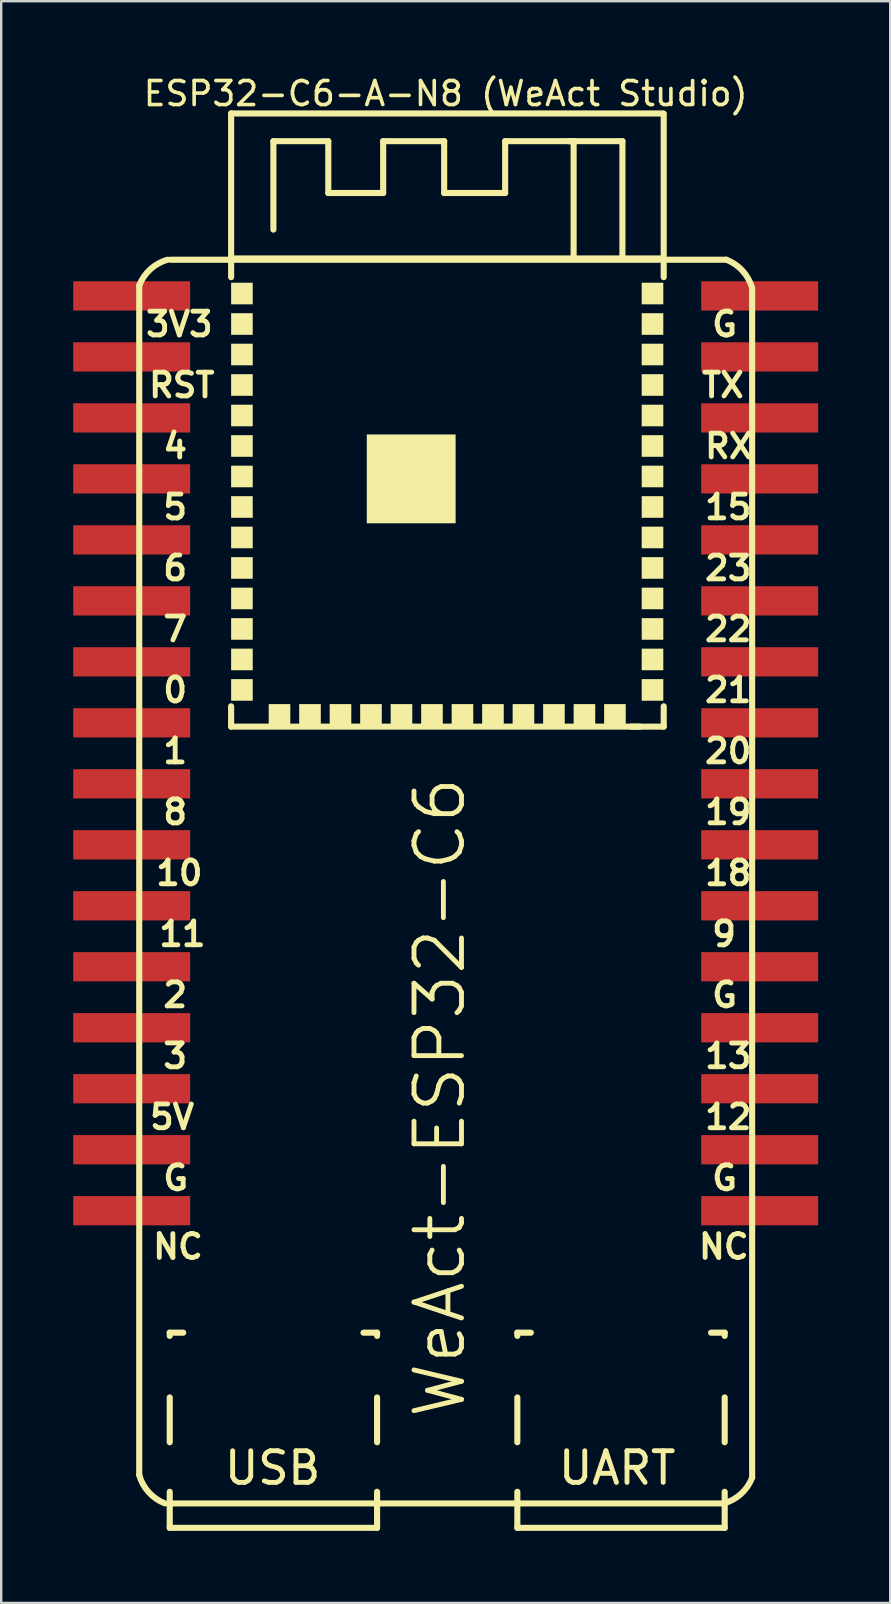
<source format=kicad_pcb>
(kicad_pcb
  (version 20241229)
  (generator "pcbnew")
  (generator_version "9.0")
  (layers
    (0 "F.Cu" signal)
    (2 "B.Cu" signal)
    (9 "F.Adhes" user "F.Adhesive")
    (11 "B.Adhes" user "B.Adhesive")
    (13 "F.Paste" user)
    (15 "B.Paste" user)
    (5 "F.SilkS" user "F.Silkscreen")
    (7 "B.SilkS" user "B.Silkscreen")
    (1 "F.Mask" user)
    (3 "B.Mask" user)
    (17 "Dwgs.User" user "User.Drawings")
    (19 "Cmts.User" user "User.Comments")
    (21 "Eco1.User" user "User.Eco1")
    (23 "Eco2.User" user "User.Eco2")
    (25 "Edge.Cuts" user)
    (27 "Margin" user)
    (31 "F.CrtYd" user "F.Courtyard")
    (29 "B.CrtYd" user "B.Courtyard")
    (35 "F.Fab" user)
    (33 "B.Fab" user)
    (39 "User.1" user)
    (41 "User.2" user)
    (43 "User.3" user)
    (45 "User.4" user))
  (footprint "ESP32-C6-A-N8 (WeAct Studio)"
    (layer "F.Cu")
    (at 15.203 32.811)
    (property "Reference" "ESP32-C6-A-N8 (WeAct Studio)" (at 0.309 -31.963 0) (unlocked yes) (layer "F.SilkS") (effects (font (size 1 1) (thickness 0.15))))
    (fp_line (start -12.454 25.57) (end -12.454 -23.971) (stroke (width 0.254) (type solid)) (layer "F.SilkS"))
    (fp_line (start -11.254 26.756) (end 11.887 26.756) (stroke (width 0.254) (type solid)) (layer "F.SilkS"))
    (fp_line (start -11.184 19.644) (end -10.622 19.644) (stroke (width 0.254) (type solid)) (layer "F.SilkS"))
    (fp_line (start -11.184 19.778) (end -11.184 19.644) (stroke (width 0.254) (type solid)) (layer "F.SilkS"))
    (fp_line (start -11.184 24.208) (end -11.184 22.341) (stroke (width 0.254) (type solid)) (layer "F.SilkS"))
    (fp_line (start -11.184 27.772) (end -11.184 26.271) (stroke (width 0.254) (type solid)) (layer "F.SilkS"))
    (fp_line (start -11.184 27.772) (end -2.548 27.772) (stroke (width 0.254) (type solid)) (layer "F.SilkS"))
    (fp_line (start -11.141 -25.044) (end 12 -25.044) (stroke (width 0.254) (type solid)) (layer "F.SilkS"))
    (fp_line (start -8.627 -31.136) (end 9.373 -31.136) (stroke (width 0.254) (type solid)) (layer "F.SilkS"))
    (fp_line (start -8.627 -25.096) (end 9.39 -25.096) (stroke (width 0.254) (type solid)) (layer "F.SilkS"))
    (fp_line (start -8.627 -24.317) (end -8.627 -31.136) (stroke (width 0.254) (type solid)) (layer "F.SilkS"))
    (fp_line (start -8.627 -5.597) (end -8.627 -6.445) (stroke (width 0.254) (type solid)) (layer "F.SilkS"))
    (fp_line (start -8.627 -5.597) (end 8.398 -5.597) (stroke (width 0.254) (type solid)) (layer "F.SilkS"))
    (fp_line (start -6.866 -29.981) (end -4.58 -29.981) (stroke (width 0.254) (type solid)) (layer "F.SilkS"))
    (fp_line (start -6.866 -26.298) (end -6.866 -29.981) (stroke (width 0.254) (type solid)) (layer "F.SilkS"))
    (fp_line (start -4.58 -27.822) (end -4.58 -29.981) (stroke (width 0.254) (type solid)) (layer "F.SilkS"))
    (fp_line (start -4.58 -27.822) (end -2.294 -27.822) (stroke (width 0.254) (type solid)) (layer "F.SilkS"))
    (fp_line (start -3.115 19.644) (end -2.548 19.644) (stroke (width 0.254) (type solid)) (layer "F.SilkS"))
    (fp_line (start -2.548 19.778) (end -2.548 19.644) (stroke (width 0.254) (type solid)) (layer "F.SilkS"))
    (fp_line (start -2.548 24.208) (end -2.548 22.341) (stroke (width 0.254) (type solid)) (layer "F.SilkS"))
    (fp_line (start -2.548 27.772) (end -2.548 26.271) (stroke (width 0.254) (type solid)) (layer "F.SilkS"))
    (fp_line (start -2.294 -29.981) (end 0.246 -29.981) (stroke (width 0.254) (type solid)) (layer "F.SilkS"))
    (fp_line (start -2.294 -27.822) (end -2.294 -29.981) (stroke (width 0.254) (type solid)) (layer "F.SilkS"))
    (fp_line (start 0.246 -27.822) (end 0.246 -29.981) (stroke (width 0.254) (type solid)) (layer "F.SilkS"))
    (fp_line (start 0.246 -27.822) (end 2.786 -27.822) (stroke (width 0.254) (type solid)) (layer "F.SilkS"))
    (fp_line (start 2.786 -29.981) (end 5.638 -29.981) (stroke (width 0.254) (type solid)) (layer "F.SilkS"))
    (fp_line (start 2.786 -27.822) (end 2.786 -29.981) (stroke (width 0.254) (type solid)) (layer "F.SilkS"))
    (fp_line (start 3.294 19.644) (end 3.856 19.644) (stroke (width 0.254) (type solid)) (layer "F.SilkS"))
    (fp_line (start 3.294 19.778) (end 3.294 19.644) (stroke (width 0.254) (type solid)) (layer "F.SilkS"))
    (fp_line (start 3.294 24.208) (end 3.294 22.341) (stroke (width 0.254) (type solid)) (layer "F.SilkS"))
    (fp_line (start 3.294 27.772) (end 3.294 26.271) (stroke (width 0.254) (type solid)) (layer "F.SilkS"))
    (fp_line (start 3.294 27.772) (end 11.93 27.772) (stroke (width 0.254) (type solid)) (layer "F.SilkS"))
    (fp_line (start 5.435 -29.981) (end 7.67 -29.981) (stroke (width 0.254) (type solid)) (layer "F.SilkS"))
    (fp_line (start 5.638 -25.096) (end 5.638 -29.981) (stroke (width 0.254) (type solid)) (layer "F.SilkS"))
    (fp_line (start 7.67 -25.096) (end 7.67 -29.981) (stroke (width 0.254) (type solid)) (layer "F.SilkS"))
    (fp_line (start 8.039 -5.597) (end 9.39 -5.597) (stroke (width 0.254) (type solid)) (layer "F.SilkS"))
    (fp_line (start 9.39 -24.317) (end 9.39 -31.124) (stroke (width 0.254) (type solid)) (layer "F.SilkS"))
    (fp_line (start 9.39 -5.597) (end 9.39 -6.445) (stroke (width 0.254) (type solid)) (layer "F.SilkS"))
    (fp_line (start 11.363 19.644) (end 11.93 19.644) (stroke (width 0.254) (type solid)) (layer "F.SilkS"))
    (fp_line (start 11.93 19.778) (end 11.93 19.644) (stroke (width 0.254) (type solid)) (layer "F.SilkS"))
    (fp_line (start 11.93 24.208) (end 11.93 22.341) (stroke (width 0.254) (type solid)) (layer "F.SilkS"))
    (fp_line (start 11.93 27.772) (end 11.93 26.271) (stroke (width 0.254) (type solid)) (layer "F.SilkS"))
    (fp_line (start 13.073 25.683) (end 13.073 -23.858) (stroke (width 0.254) (type solid)) (layer "F.SilkS"))
    (fp_arc (start -12.453998 -23.970951) (mid -11.988744 -24.648341) (end -11.268483 -25.043997) (stroke (width 0.254) (type solid)) (layer "F.SilkS"))
    (fp_arc (start -11.380951 26.755998) (mid -12.058341 26.290744) (end -12.453997 25.570483) (stroke (width 0.254) (type solid)) (layer "F.SilkS"))
    (fp_arc (start 11.999951 -25.043998) (mid 12.677341 -24.578744) (end 13.072997 -23.858483) (stroke (width 0.254) (type solid)) (layer "F.SilkS"))
    (fp_arc (start 13.072998 25.682951) (mid 12.607744 26.360341) (end 11.887483 26.755997) (stroke (width 0.254) (type solid)) (layer "F.SilkS"))
    (fp_poly (pts (xy -8.627 -24.086) (xy -7.727 -24.086) (xy -7.727 -23.186) (xy -8.627 -23.186)) (stroke (width 0) (type default)) (fill yes) (layer "F.SilkS"))
    (fp_poly (pts (xy -8.627 -22.816) (xy -7.727 -22.816) (xy -7.727 -21.916) (xy -8.627 -21.916)) (stroke (width 0) (type default)) (fill yes) (layer "F.SilkS"))
    (fp_poly (pts (xy -8.627 -21.546) (xy -7.727 -21.546) (xy -7.727 -20.646) (xy -8.627 -20.646)) (stroke (width 0) (type default)) (fill yes) (layer "F.SilkS"))
    (fp_poly (pts (xy -8.627 -20.276) (xy -7.727 -20.276) (xy -7.727 -19.376) (xy -8.627 -19.376)) (stroke (width 0) (type default)) (fill yes) (layer "F.SilkS"))
    (fp_poly (pts (xy -8.627 -19.006) (xy -7.727 -19.006) (xy -7.727 -18.106) (xy -8.627 -18.106)) (stroke (width 0) (type default)) (fill yes) (layer "F.SilkS"))
    (fp_poly (pts (xy -8.627 -17.736) (xy -7.727 -17.736) (xy -7.727 -16.836) (xy -8.627 -16.836)) (stroke (width 0) (type default)) (fill yes) (layer "F.SilkS"))
    (fp_poly (pts (xy -8.627 -16.466) (xy -7.727 -16.466) (xy -7.727 -15.566) (xy -8.627 -15.566)) (stroke (width 0) (type default)) (fill yes) (layer "F.SilkS"))
    (fp_poly (pts (xy -8.627 -15.196) (xy -7.727 -15.196) (xy -7.727 -14.296) (xy -8.627 -14.296)) (stroke (width 0) (type default)) (fill yes) (layer "F.SilkS"))
    (fp_poly (pts (xy -8.627 -13.926) (xy -7.727 -13.926) (xy -7.727 -13.026) (xy -8.627 -13.026)) (stroke (width 0) (type default)) (fill yes) (layer "F.SilkS"))
    (fp_poly (pts (xy -8.627 -12.656) (xy -7.727 -12.656) (xy -7.727 -11.756) (xy -8.627 -11.756)) (stroke (width 0) (type default)) (fill yes) (layer "F.SilkS"))
    (fp_poly (pts (xy -8.627 -11.386) (xy -7.727 -11.386) (xy -7.727 -10.486) (xy -8.627 -10.486)) (stroke (width 0) (type default)) (fill yes) (layer "F.SilkS"))
    (fp_poly (pts (xy -8.627 -10.116) (xy -7.727 -10.116) (xy -7.727 -9.216) (xy -8.627 -9.216)) (stroke (width 0) (type default)) (fill yes) (layer "F.SilkS"))
    (fp_poly (pts (xy -8.627 -8.846) (xy -7.727 -8.846) (xy -7.727 -7.946) (xy -8.627 -7.946)) (stroke (width 0) (type default)) (fill yes) (layer "F.SilkS"))
    (fp_poly (pts (xy -8.627 -7.576) (xy -7.727 -7.576) (xy -7.727 -6.676) (xy -8.627 -6.676)) (stroke (width 0) (type default)) (fill yes) (layer "F.SilkS"))
    (fp_poly (pts (xy -6.162 -6.536) (xy -6.162 -5.636) (xy -7.062 -5.636) (xy -7.062 -6.536)) (stroke (width 0) (type default)) (fill yes) (layer "F.SilkS"))
    (fp_poly (pts (xy -4.892 -6.536) (xy -4.892 -5.636) (xy -5.792 -5.636) (xy -5.792 -6.536)) (stroke (width 0) (type default)) (fill yes) (layer "F.SilkS"))
    (fp_poly (pts (xy -3.622 -6.536) (xy -3.622 -5.636) (xy -4.522 -5.636) (xy -4.522 -6.536)) (stroke (width 0) (type default)) (fill yes) (layer "F.SilkS"))
    (fp_poly (pts (xy -2.352 -6.536) (xy -2.352 -5.636) (xy -3.252 -5.636) (xy -3.252 -6.536)) (stroke (width 0) (type default)) (fill yes) (layer "F.SilkS"))
    (fp_poly (pts (xy -1.082 -6.536) (xy -1.082 -5.636) (xy -1.982 -5.636) (xy -1.982 -6.536)) (stroke (width 0) (type default)) (fill yes) (layer "F.SilkS"))
    (fp_poly (pts (xy 0.188 -6.536) (xy 0.188 -5.636) (xy -0.712 -5.636) (xy -0.712 -6.536)) (stroke (width 0) (type default)) (fill yes) (layer "F.SilkS"))
    (fp_poly (pts (xy 0.723 -17.766) (xy 0.723 -14.066) (xy -2.977 -14.066) (xy -2.977 -17.766)) (stroke (width 0) (type default)) (fill yes) (layer "F.SilkS"))
    (fp_poly (pts (xy 1.458 -6.536) (xy 1.458 -5.636) (xy 0.558 -5.636) (xy 0.558 -6.536)) (stroke (width 0) (type default)) (fill yes) (layer "F.SilkS"))
    (fp_poly (pts (xy 2.728 -6.536) (xy 2.728 -5.636) (xy 1.828 -5.636) (xy 1.828 -6.536)) (stroke (width 0) (type default)) (fill yes) (layer "F.SilkS"))
    (fp_poly (pts (xy 3.998 -6.536) (xy 3.998 -5.636) (xy 3.098 -5.636) (xy 3.098 -6.536)) (stroke (width 0) (type default)) (fill yes) (layer "F.SilkS"))
    (fp_poly (pts (xy 5.268 -6.536) (xy 5.268 -5.636) (xy 4.368 -5.636) (xy 4.368 -6.536)) (stroke (width 0) (type default)) (fill yes) (layer "F.SilkS"))
    (fp_poly (pts (xy 6.538 -6.536) (xy 6.538 -5.636) (xy 5.638 -5.636) (xy 5.638 -6.536)) (stroke (width 0) (type default)) (fill yes) (layer "F.SilkS"))
    (fp_poly (pts (xy 7.808 -6.536) (xy 7.808 -5.636) (xy 6.908 -5.636) (xy 6.908 -6.536)) (stroke (width 0) (type default)) (fill yes) (layer "F.SilkS"))
    (fp_poly (pts (xy 9.373 -23.186) (xy 8.473 -23.186) (xy 8.473 -24.086) (xy 9.373 -24.086)) (stroke (width 0) (type default)) (fill yes) (layer "F.SilkS"))
    (fp_poly (pts (xy 9.373 -21.916) (xy 8.473 -21.916) (xy 8.473 -22.816) (xy 9.373 -22.816)) (stroke (width 0) (type default)) (fill yes) (layer "F.SilkS"))
    (fp_poly (pts (xy 9.373 -20.646) (xy 8.473 -20.646) (xy 8.473 -21.546) (xy 9.373 -21.546)) (stroke (width 0) (type default)) (fill yes) (layer "F.SilkS"))
    (fp_poly (pts (xy 9.373 -19.376) (xy 8.473 -19.376) (xy 8.473 -20.276) (xy 9.373 -20.276)) (stroke (width 0) (type default)) (fill yes) (layer "F.SilkS"))
    (fp_poly (pts (xy 9.373 -18.106) (xy 8.473 -18.106) (xy 8.473 -19.006) (xy 9.373 -19.006)) (stroke (width 0) (type default)) (fill yes) (layer "F.SilkS"))
    (fp_poly (pts (xy 9.373 -16.836) (xy 8.473 -16.836) (xy 8.473 -17.736) (xy 9.373 -17.736)) (stroke (width 0) (type default)) (fill yes) (layer "F.SilkS"))
    (fp_poly (pts (xy 9.373 -15.566) (xy 8.473 -15.566) (xy 8.473 -16.466) (xy 9.373 -16.466)) (stroke (width 0) (type default)) (fill yes) (layer "F.SilkS"))
    (fp_poly (pts (xy 9.373 -14.296) (xy 8.473 -14.296) (xy 8.473 -15.196) (xy 9.373 -15.196)) (stroke (width 0) (type default)) (fill yes) (layer "F.SilkS"))
    (fp_poly (pts (xy 9.373 -13.026) (xy 8.473 -13.026) (xy 8.473 -13.926) (xy 9.373 -13.926)) (stroke (width 0) (type default)) (fill yes) (layer "F.SilkS"))
    (fp_poly (pts (xy 9.373 -11.756) (xy 8.473 -11.756) (xy 8.473 -12.656) (xy 9.373 -12.656)) (stroke (width 0) (type default)) (fill yes) (layer "F.SilkS"))
    (fp_poly (pts (xy 9.373 -10.486) (xy 8.473 -10.486) (xy 8.473 -11.386) (xy 9.373 -11.386)) (stroke (width 0) (type default)) (fill yes) (layer "F.SilkS"))
    (fp_poly (pts (xy 9.373 -9.216) (xy 8.473 -9.216) (xy 8.473 -10.116) (xy 9.373 -10.116)) (stroke (width 0) (type default)) (fill yes) (layer "F.SilkS"))
    (fp_poly (pts (xy 9.373 -7.946) (xy 8.473 -7.946) (xy 8.473 -8.846) (xy 9.373 -8.846)) (stroke (width 0) (type default)) (fill yes) (layer "F.SilkS"))
    (fp_poly (pts (xy 9.373 -6.676) (xy 8.473 -6.676) (xy 8.473 -7.576) (xy 9.373 -7.576)) (stroke (width 0) (type default)) (fill yes) (layer "F.SilkS"))
    (fp_poly (pts (xy -12.203 -23.856) (xy -12.203 -23.216) (xy -12.603 -23.216) (xy -12.603 -23.856)) (stroke (width 0.1) (type default)) (fill no) (layer "Eco2.User"))
    (fp_poly (pts (xy -12.203 -21.316) (xy -12.203 -20.676) (xy -12.603 -20.676) (xy -12.603 -21.316)) (stroke (width 0.1) (type default)) (fill no) (layer "Eco2.User"))
    (fp_poly (pts (xy -12.203 -18.776) (xy -12.203 -18.136) (xy -12.603 -18.136) (xy -12.603 -18.776)) (stroke (width 0.1) (type default)) (fill no) (layer "Eco2.User"))
    (fp_poly (pts (xy -12.203 -16.236) (xy -12.203 -15.596) (xy -12.603 -15.596) (xy -12.603 -16.236)) (stroke (width 0.1) (type default)) (fill no) (layer "Eco2.User"))
    (fp_poly (pts (xy -12.203 -13.696) (xy -12.203 -13.056) (xy -12.603 -13.056) (xy -12.603 -13.696)) (stroke (width 0.1) (type default)) (fill no) (layer "Eco2.User"))
    (fp_poly (pts (xy -12.203 -11.156) (xy -12.203 -10.516) (xy -12.603 -10.516) (xy -12.603 -11.156)) (stroke (width 0.1) (type default)) (fill no) (layer "Eco2.User"))
    (fp_poly (pts (xy -12.203 -8.616) (xy -12.203 -7.976) (xy -12.603 -7.976) (xy -12.603 -8.616)) (stroke (width 0.1) (type default)) (fill no) (layer "Eco2.User"))
    (fp_poly (pts (xy -12.203 -6.076) (xy -12.203 -5.436) (xy -12.603 -5.436) (xy -12.603 -6.076)) (stroke (width 0.1) (type default)) (fill no) (layer "Eco2.User"))
    (fp_poly (pts (xy -12.203 -3.536) (xy -12.203 -2.896) (xy -12.603 -2.896) (xy -12.603 -3.536)) (stroke (width 0.1) (type default)) (fill no) (layer "Eco2.User"))
    (fp_poly (pts (xy -12.203 -0.996) (xy -12.203 -0.356) (xy -12.603 -0.356) (xy -12.603 -0.996)) (stroke (width 0.1) (type default)) (fill no) (layer "Eco2.User"))
    (fp_poly (pts (xy -12.203 1.544) (xy -12.203 2.184) (xy -12.603 2.184) (xy -12.603 1.544)) (stroke (width 0.1) (type default)) (fill no) (layer "Eco2.User"))
    (fp_poly (pts (xy -12.203 4.084) (xy -12.203 4.724) (xy -12.603 4.724) (xy -12.603 4.084)) (stroke (width 0.1) (type default)) (fill no) (layer "Eco2.User"))
    (fp_poly (pts (xy -12.203 6.624) (xy -12.203 7.264) (xy -12.603 7.264) (xy -12.603 6.624)) (stroke (width 0.1) (type default)) (fill no) (layer "Eco2.User"))
    (fp_poly (pts (xy -12.203 9.164) (xy -12.203 9.804) (xy -12.603 9.804) (xy -12.603 9.164)) (stroke (width 0.1) (type default)) (fill no) (layer "Eco2.User"))
    (fp_poly (pts (xy -12.203 11.704) (xy -12.203 12.344) (xy -12.603 12.344) (xy -12.603 11.704)) (stroke (width 0.1) (type default)) (fill no) (layer "Eco2.User"))
    (fp_poly (pts (xy -12.203 14.244) (xy -12.203 14.884) (xy -12.603 14.884) (xy -12.603 14.244)) (stroke (width 0.1) (type default)) (fill no) (layer "Eco2.User"))
    (fp_poly (pts (xy -10.909 -23.856) (xy -10.909 -23.216) (xy -11.309 -23.216) (xy -11.309 -23.856)) (stroke (width 0.1) (type default)) (fill no) (layer "Eco2.User"))
    (fp_poly (pts (xy -10.909 -21.316) (xy -10.909 -20.676) (xy -11.309 -20.676) (xy -11.309 -21.316)) (stroke (width 0.1) (type default)) (fill no) (layer "Eco2.User"))
    (fp_poly (pts (xy -10.909 -18.776) (xy -10.909 -18.136) (xy -11.309 -18.136) (xy -11.309 -18.776)) (stroke (width 0.1) (type default)) (fill no) (layer "Eco2.User"))
    (fp_poly (pts (xy -10.909 -16.236) (xy -10.909 -15.596) (xy -11.309 -15.596) (xy -11.309 -16.236)) (stroke (width 0.1) (type default)) (fill no) (layer "Eco2.User"))
    (fp_poly (pts (xy -10.909 -13.696) (xy -10.909 -13.056) (xy -11.309 -13.056) (xy -11.309 -13.696)) (stroke (width 0.1) (type default)) (fill no) (layer "Eco2.User"))
    (fp_poly (pts (xy -10.909 -11.156) (xy -10.909 -10.516) (xy -11.309 -10.516) (xy -11.309 -11.156)) (stroke (width 0.1) (type default)) (fill no) (layer "Eco2.User"))
    (fp_poly (pts (xy -10.909 -8.616) (xy -10.909 -7.976) (xy -11.309 -7.976) (xy -11.309 -8.616)) (stroke (width 0.1) (type default)) (fill no) (layer "Eco2.User"))
    (fp_poly (pts (xy -10.909 -6.076) (xy -10.909 -5.436) (xy -11.309 -5.436) (xy -11.309 -6.076)) (stroke (width 0.1) (type default)) (fill no) (layer "Eco2.User"))
    (fp_poly (pts (xy -10.909 -3.536) (xy -10.909 -2.896) (xy -11.309 -2.896) (xy -11.309 -3.536)) (stroke (width 0.1) (type default)) (fill no) (layer "Eco2.User"))
    (fp_poly (pts (xy -10.909 -0.996) (xy -10.909 -0.356) (xy -11.309 -0.356) (xy -11.309 -0.996)) (stroke (width 0.1) (type default)) (fill no) (layer "Eco2.User"))
    (fp_poly (pts (xy -10.909 1.544) (xy -10.909 2.184) (xy -11.309 2.184) (xy -11.309 1.544)) (stroke (width 0.1) (type default)) (fill no) (layer "Eco2.User"))
    (fp_poly (pts (xy -10.909 4.084) (xy -10.909 4.724) (xy -11.309 4.724) (xy -11.309 4.084)) (stroke (width 0.1) (type default)) (fill no) (layer "Eco2.User"))
    (fp_poly (pts (xy -10.909 6.624) (xy -10.909 7.264) (xy -11.309 7.264) (xy -11.309 6.624)) (stroke (width 0.1) (type default)) (fill no) (layer "Eco2.User"))
    (fp_poly (pts (xy -10.909 9.164) (xy -10.909 9.804) (xy -11.309 9.804) (xy -11.309 9.164)) (stroke (width 0.1) (type default)) (fill no) (layer "Eco2.User"))
    (fp_poly (pts (xy -10.909 11.704) (xy -10.909 12.344) (xy -11.309 12.344) (xy -11.309 11.704)) (stroke (width 0.1) (type default)) (fill no) (layer "Eco2.User"))
    (fp_poly (pts (xy -10.909 14.244) (xy -10.909 14.884) (xy -11.309 14.884) (xy -11.309 14.244)) (stroke (width 0.1) (type default)) (fill no) (layer "Eco2.User"))
    (fp_poly (pts (xy 11.951 -23.856) (xy 11.951 -23.216) (xy 11.551 -23.216) (xy 11.551 -23.856)) (stroke (width 0.1) (type default)) (fill no) (layer "Eco2.User"))
    (fp_poly (pts (xy 11.951 -21.316) (xy 11.951 -20.676) (xy 11.551 -20.676) (xy 11.551 -21.316)) (stroke (width 0.1) (type default)) (fill no) (layer "Eco2.User"))
    (fp_poly (pts (xy 11.951 -18.776) (xy 11.951 -18.136) (xy 11.551 -18.136) (xy 11.551 -18.776)) (stroke (width 0.1) (type default)) (fill no) (layer "Eco2.User"))
    (fp_poly (pts (xy 11.951 -16.236) (xy 11.951 -15.596) (xy 11.551 -15.596) (xy 11.551 -16.236)) (stroke (width 0.1) (type default)) (fill no) (layer "Eco2.User"))
    (fp_poly (pts (xy 11.951 -13.696) (xy 11.951 -13.056) (xy 11.551 -13.056) (xy 11.551 -13.696)) (stroke (width 0.1) (type default)) (fill no) (layer "Eco2.User"))
    (fp_poly (pts (xy 11.951 -11.156) (xy 11.951 -10.516) (xy 11.551 -10.516) (xy 11.551 -11.156)) (stroke (width 0.1) (type default)) (fill no) (layer "Eco2.User"))
    (fp_poly (pts (xy 11.951 -8.616) (xy 11.951 -7.976) (xy 11.551 -7.976) (xy 11.551 -8.616)) (stroke (width 0.1) (type default)) (fill no) (layer "Eco2.User"))
    (fp_poly (pts (xy 11.951 -6.076) (xy 11.951 -5.436) (xy 11.551 -5.436) (xy 11.551 -6.076)) (stroke (width 0.1) (type default)) (fill no) (layer "Eco2.User"))
    (fp_poly (pts (xy 11.951 -3.536) (xy 11.951 -2.896) (xy 11.551 -2.896) (xy 11.551 -3.536)) (stroke (width 0.1) (type default)) (fill no) (layer "Eco2.User"))
    (fp_poly (pts (xy 11.951 -0.996) (xy 11.951 -0.356) (xy 11.551 -0.356) (xy 11.551 -0.996)) (stroke (width 0.1) (type default)) (fill no) (layer "Eco2.User"))
    (fp_poly (pts (xy 11.951 1.544) (xy 11.951 2.184) (xy 11.551 2.184) (xy 11.551 1.544)) (stroke (width 0.1) (type default)) (fill no) (layer "Eco2.User"))
    (fp_poly (pts (xy 11.951 4.084) (xy 11.951 4.724) (xy 11.551 4.724) (xy 11.551 4.084)) (stroke (width 0.1) (type default)) (fill no) (layer "Eco2.User"))
    (fp_poly (pts (xy 11.951 6.624) (xy 11.951 7.264) (xy 11.551 7.264) (xy 11.551 6.624)) (stroke (width 0.1) (type default)) (fill no) (layer "Eco2.User"))
    (fp_poly (pts (xy 11.951 9.164) (xy 11.951 9.804) (xy 11.551 9.804) (xy 11.551 9.164)) (stroke (width 0.1) (type default)) (fill no) (layer "Eco2.User"))
    (fp_poly (pts (xy 11.951 11.704) (xy 11.951 12.344) (xy 11.551 12.344) (xy 11.551 11.704)) (stroke (width 0.1) (type default)) (fill no) (layer "Eco2.User"))
    (fp_poly (pts (xy 11.951 14.244) (xy 11.951 14.884) (xy 11.551 14.884) (xy 11.551 14.244)) (stroke (width 0.1) (type default)) (fill no) (layer "Eco2.User"))
    (fp_poly (pts (xy 13.273 -23.856) (xy 13.273 -23.216) (xy 12.873 -23.216) (xy 12.873 -23.856)) (stroke (width 0.1) (type default)) (fill no) (layer "Eco2.User"))
    (fp_poly (pts (xy 13.273 -21.316) (xy 13.273 -20.676) (xy 12.873 -20.676) (xy 12.873 -21.316)) (stroke (width 0.1) (type default)) (fill no) (layer "Eco2.User"))
    (fp_poly (pts (xy 13.273 -18.776) (xy 13.273 -18.136) (xy 12.873 -18.136) (xy 12.873 -18.776)) (stroke (width 0.1) (type default)) (fill no) (layer "Eco2.User"))
    (fp_poly (pts (xy 13.273 -16.236) (xy 13.273 -15.596) (xy 12.873 -15.596) (xy 12.873 -16.236)) (stroke (width 0.1) (type default)) (fill no) (layer "Eco2.User"))
    (fp_poly (pts (xy 13.273 -13.696) (xy 13.273 -13.056) (xy 12.873 -13.056) (xy 12.873 -13.696)) (stroke (width 0.1) (type default)) (fill no) (layer "Eco2.User"))
    (fp_poly (pts (xy 13.273 -11.156) (xy 13.273 -10.516) (xy 12.873 -10.516) (xy 12.873 -11.156)) (stroke (width 0.1) (type default)) (fill no) (layer "Eco2.User"))
    (fp_poly (pts (xy 13.273 -8.616) (xy 13.273 -7.976) (xy 12.873 -7.976) (xy 12.873 -8.616)) (stroke (width 0.1) (type default)) (fill no) (layer "Eco2.User"))
    (fp_poly (pts (xy 13.273 -6.076) (xy 13.273 -5.436) (xy 12.873 -5.436) (xy 12.873 -6.076)) (stroke (width 0.1) (type default)) (fill no) (layer "Eco2.User"))
    (fp_poly (pts (xy 13.273 -3.536) (xy 13.273 -2.896) (xy 12.873 -2.896) (xy 12.873 -3.536)) (stroke (width 0.1) (type default)) (fill no) (layer "Eco2.User"))
    (fp_poly (pts (xy 13.273 -0.996) (xy 13.273 -0.356) (xy 12.873 -0.356) (xy 12.873 -0.996)) (stroke (width 0.1) (type default)) (fill no) (layer "Eco2.User"))
    (fp_poly (pts (xy 13.273 1.544) (xy 13.273 2.184) (xy 12.873 2.184) (xy 12.873 1.544)) (stroke (width 0.1) (type default)) (fill no) (layer "Eco2.User"))
    (fp_poly (pts (xy 13.273 4.084) (xy 13.273 4.724) (xy 12.873 4.724) (xy 12.873 4.084)) (stroke (width 0.1) (type default)) (fill no) (layer "Eco2.User"))
    (fp_poly (pts (xy 13.273 6.624) (xy 13.273 7.264) (xy 12.873 7.264) (xy 12.873 6.624)) (stroke (width 0.1) (type default)) (fill no) (layer "Eco2.User"))
    (fp_poly (pts (xy 13.273 9.164) (xy 13.273 9.804) (xy 12.873 9.804) (xy 12.873 9.164)) (stroke (width 0.1) (type default)) (fill no) (layer "Eco2.User"))
    (fp_poly (pts (xy 13.273 11.704) (xy 13.273 12.344) (xy 12.873 12.344) (xy 12.873 11.704)) (stroke (width 0.1) (type default)) (fill no) (layer "Eco2.User"))
    (fp_poly (pts (xy 13.273 14.244) (xy 13.273 14.884) (xy 12.873 14.884) (xy 12.873 14.244)) (stroke (width 0.1) (type default)) (fill no) (layer "Eco2.User"))
    (fp_text user "3" (at -11.565 8.704 0) (unlocked yes) (layer "F.SilkS") (effects (font (size 0.996 0.996) (thickness 0.203)) (justify left bottom)))
    (fp_text user "G" (at 11.295 -21.776 0) (unlocked yes) (layer "F.SilkS") (effects (font (size 0.996 0.996) (thickness 0.203)) (justify left bottom)))
    (fp_text user "4" (at -11.565 -16.697 0) (unlocked yes) (layer "F.SilkS") (effects (font (size 0.996 0.996) (thickness 0.203)) (justify left bottom)))
    (fp_text user "3V3" (at -12.284 -21.78 0) (unlocked yes) (layer "F.SilkS") (effects (font (size 0.989 0.989) (thickness 0.203)) (justify left bottom)))
    (fp_text user "G" (at 11.295 13.784 0) (unlocked yes) (layer "F.SilkS") (effects (font (size 0.996 0.996) (thickness 0.203)) (justify left bottom)))
    (fp_text user "NC" (at 10.746 16.639 0) (unlocked yes) (layer "F.SilkS") (effects (font (size 0.989 0.989) (thickness 0.203)) (justify left bottom)))
    (fp_text user "15" (at 11 -14.16 0) (unlocked yes) (layer "F.SilkS") (effects (font (size 0.989 0.989) (thickness 0.203)) (justify left bottom)))
    (fp_text user "RX" (at 11 -16.7 0) (unlocked yes) (layer "F.SilkS") (effects (font (size 0.989 0.989) (thickness 0.203)) (justify left bottom)))
    (fp_text user "1" (at -11.565 -3.997 0) (unlocked yes) (layer "F.SilkS") (effects (font (size 0.996 0.996) (thickness 0.203)) (justify left bottom)))
    (fp_text user "19" (at 11 -1.46 0) (unlocked yes) (layer "F.SilkS") (effects (font (size 0.989 0.989) (thickness 0.203)) (justify left bottom)))
    (fp_text user "RST" (at -12.157 -19.24 0) (unlocked yes) (layer "F.SilkS") (effects (font (size 0.989 0.989) (thickness 0.203)) (justify left bottom)))
    (fp_text user "23" (at 11 -11.62 0) (unlocked yes) (layer "F.SilkS") (effects (font (size 0.989 0.989) (thickness 0.203)) (justify left bottom)))
    (fp_text user "G" (at -11.565 13.784 0) (unlocked yes) (layer "F.SilkS") (effects (font (size 0.996 0.996) (thickness 0.203)) (justify left bottom)))
    (fp_text user "20" (at 11 -4 0) (unlocked yes) (layer "F.SilkS") (effects (font (size 0.989 0.989) (thickness 0.203)) (justify left bottom)))
    (fp_text user "7" (at -11.565 -9.076 0) (unlocked yes) (layer "F.SilkS") (effects (font (size 0.996 0.996) (thickness 0.203)) (justify left bottom)))
    (fp_text user "10" (at -11.86 1.08 0) (unlocked yes) (layer "F.SilkS") (effects (font (size 0.989 0.989) (thickness 0.203)) (justify left bottom)))
    (fp_text user "0" (at -11.565 -6.537 0) (unlocked yes) (layer "F.SilkS") (effects (font (size 0.996 0.996) (thickness 0.203)) (justify left bottom)))
    (fp_text user "USB" (at -9.011 26.051 0) (unlocked yes) (layer "F.SilkS") (effects (font (size 1.319 1.319) (thickness 0.203)) (justify left bottom)))
    (fp_text user "2" (at -11.565 6.163 0) (unlocked yes) (layer "F.SilkS") (effects (font (size 0.996 0.996) (thickness 0.203)) (justify left bottom)))
    (fp_text user "11" (at -11.733 3.62 0) (unlocked yes) (layer "F.SilkS") (effects (font (size 0.989 0.989) (thickness 0.203)) (justify left bottom)))
    (fp_text user "G" (at 11.295 6.163 0) (unlocked yes) (layer "F.SilkS") (effects (font (size 0.996 0.996) (thickness 0.203)) (justify left bottom)))
    (fp_text user "WeAct-ESP32-C6" (at 1.22 23.308 90) (unlocked yes) (layer "F.SilkS") (effects (font (size 1.978 1.978) (thickness 0.203)) (justify left bottom)))
    (fp_text user "5" (at -11.565 -14.156 0) (unlocked yes) (layer "F.SilkS") (effects (font (size 0.996 0.996) (thickness 0.203)) (justify left bottom)))
    (fp_text user "5V" (at -12.114 11.24 0) (unlocked yes) (layer "F.SilkS") (effects (font (size 0.989 0.989) (thickness 0.203)) (justify left bottom)))
    (fp_text user "NC" (at -11.987 16.639 0) (unlocked yes) (layer "F.SilkS") (effects (font (size 0.989 0.989) (thickness 0.203)) (justify left bottom)))
    (fp_text user "9" (at 11.295 3.623 0) (unlocked yes) (layer "F.SilkS") (effects (font (size 0.996 0.996) (thickness 0.203)) (justify left bottom)))
    (fp_text user "8" (at -11.565 -1.456 0) (unlocked yes) (layer "F.SilkS") (effects (font (size 0.996 0.996) (thickness 0.203)) (justify left bottom)))
    (fp_text user "13" (at 11 8.7 0) (unlocked yes) (layer "F.SilkS") (effects (font (size 0.989 0.989) (thickness 0.203)) (justify left bottom)))
    (fp_text user "18" (at 11 1.08 0) (unlocked yes) (layer "F.SilkS") (effects (font (size 0.989 0.989) (thickness 0.203)) (justify left bottom)))
    (fp_text user "UART" (at 4.901 26.051 0) (unlocked yes) (layer "F.SilkS") (effects (font (size 1.319 1.319) (thickness 0.203)) (justify left bottom)))
    (fp_text user "21" (at 11 -6.54 0) (unlocked yes) (layer "F.SilkS") (effects (font (size 0.989 0.989) (thickness 0.203)) (justify left bottom)))
    (fp_text user "6" (at -11.565 -11.617 0) (unlocked yes) (layer "F.SilkS") (effects (font (size 0.996 0.996) (thickness 0.203)) (justify left bottom)))
    (fp_text user "12" (at 11 11.24 0) (unlocked yes) (layer "F.SilkS") (effects (font (size 0.989 0.989) (thickness 0.203)) (justify left bottom)))
    (fp_text user "22" (at 11 -9.08 0) (unlocked yes) (layer "F.SilkS") (effects (font (size 0.989 0.989) (thickness 0.203)) (justify left bottom)))
    (fp_text user "TX" (at 10.873 -19.24 0) (unlocked yes) (layer "F.SilkS") (effects (font (size 0.989 0.989) (thickness 0.203)) (justify left bottom)))
    (pad "1" smd rect (at -12.133 -23.536 90) (size 1.219 4.87) (drill (offset 0 -0.635)) (layers "F.Cu" "F.Mask" "F.Paste"))
    (pad "2" smd rect (at -12.133 -20.996 90) (size 1.219 4.87) (drill (offset 0 -0.635)) (layers "F.Cu" "F.Mask" "F.Paste"))
    (pad "3" smd rect (at -12.133 -18.456 90) (size 1.219 4.87) (drill (offset 0 -0.635)) (layers "F.Cu" "F.Mask" "F.Paste"))
    (pad "4" smd rect (at -12.133 -15.916 90) (size 1.219 4.87) (drill (offset 0 -0.635)) (layers "F.Cu" "F.Mask" "F.Paste"))
    (pad "5" smd rect (at -12.133 -13.376 90) (size 1.219 4.87) (drill (offset 0 -0.635)) (layers "F.Cu" "F.Mask" "F.Paste"))
    (pad "6" smd rect (at -12.133 -10.836 90) (size 1.219 4.87) (drill (offset 0 -0.635)) (layers "F.Cu" "F.Mask" "F.Paste"))
    (pad "7" smd rect (at -12.133 -8.296 90) (size 1.219 4.87) (drill (offset 0 -0.635)) (layers "F.Cu" "F.Mask" "F.Paste"))
    (pad "8" smd rect (at -12.133 -5.756 90) (size 1.219 4.87) (drill (offset 0 -0.635)) (layers "F.Cu" "F.Mask" "F.Paste"))
    (pad "9" smd rect (at -12.133 -3.216 90) (size 1.219 4.87) (drill (offset 0 -0.635)) (layers "F.Cu" "F.Mask" "F.Paste"))
    (pad "10" smd rect (at -12.133 -0.676 90) (size 1.219 4.87) (drill (offset 0 -0.635)) (layers "F.Cu" "F.Mask" "F.Paste"))
    (pad "11" smd rect (at -12.133 1.864 90) (size 1.219 4.87) (drill (offset 0 -0.635)) (layers "F.Cu" "F.Mask" "F.Paste"))
    (pad "12" smd rect (at -12.133 4.404 90) (size 1.219 4.87) (drill (offset 0 -0.635)) (layers "F.Cu" "F.Mask" "F.Paste"))
    (pad "13" smd rect (at -12.133 6.944 90) (size 1.219 4.87) (drill (offset 0 -0.635)) (layers "F.Cu" "F.Mask" "F.Paste"))
    (pad "14" smd rect (at -12.133 9.484 90) (size 1.219 4.87) (drill (offset 0 -0.635)) (layers "F.Cu" "F.Mask" "F.Paste"))
    (pad "15" smd rect (at -12.133 12.024 90) (size 1.219 4.87) (drill (offset 0 -0.635)) (layers "F.Cu" "F.Mask" "F.Paste"))
    (pad "16" smd rect (at -12.133 14.564 90) (size 1.219 4.87) (drill (offset 0 -0.635)) (layers "F.Cu" "F.Mask" "F.Paste"))
    (pad "17" smd rect (at 14.022 14.564 90) (size 1.219 4.87) (drill (offset 0 -0.635)) (layers "F.Cu" "F.Mask" "F.Paste"))
    (pad "18" smd rect (at 14.022 12.024 90) (size 1.219 4.87) (drill (offset 0 -0.635)) (layers "F.Cu" "F.Mask" "F.Paste"))
    (pad "19" smd rect (at 14.022 9.484 90) (size 1.219 4.87) (drill (offset 0 -0.635)) (layers "F.Cu" "F.Mask" "F.Paste"))
    (pad "20" smd rect (at 14.022 6.944 90) (size 1.219 4.87) (drill (offset 0 -0.635)) (layers "F.Cu" "F.Mask" "F.Paste"))
    (pad "21" smd rect (at 14.022 4.404 90) (size 1.219 4.87) (drill (offset 0 -0.635)) (layers "F.Cu" "F.Mask" "F.Paste"))
    (pad "22" smd rect (at 14.022 1.864 90) (size 1.219 4.87) (drill (offset 0 -0.635)) (layers "F.Cu" "F.Mask" "F.Paste"))
    (pad "23" smd rect (at 14.022 -0.676 90) (size 1.219 4.87) (drill (offset 0 -0.635)) (layers "F.Cu" "F.Mask" "F.Paste"))
    (pad "24" smd rect (at 14.022 -3.216 90) (size 1.219 4.87) (drill (offset 0 -0.635)) (layers "F.Cu" "F.Mask" "F.Paste"))
    (pad "25" smd rect (at 14.022 -5.756 90) (size 1.219 4.87) (drill (offset 0 -0.635)) (layers "F.Cu" "F.Mask" "F.Paste"))
    (pad "26" smd rect (at 14.022 -8.296 90) (size 1.219 4.87) (drill (offset 0 -0.635)) (layers "F.Cu" "F.Mask" "F.Paste"))
    (pad "27" smd rect (at 14.022 -10.836 90) (size 1.219 4.87) (drill (offset 0 -0.635)) (layers "F.Cu" "F.Mask" "F.Paste"))
    (pad "28" smd rect (at 14.022 -13.376 90) (size 1.219 4.87) (drill (offset 0 -0.635)) (layers "F.Cu" "F.Mask" "F.Paste"))
    (pad "29" smd rect (at 14.022 -15.916 90) (size 1.219 4.87) (drill (offset 0 -0.635)) (layers "F.Cu" "F.Mask" "F.Paste"))
    (pad "30" smd rect (at 14.022 -18.456 90) (size 1.219 4.87) (drill (offset 0 -0.635)) (layers "F.Cu" "F.Mask" "F.Paste"))
    (pad "31" smd rect (at 14.022 -20.996 90) (size 1.219 4.87) (drill (offset 0 -0.635)) (layers "F.Cu" "F.Mask" "F.Paste"))
    (pad "32" smd rect (at 14.022 -23.536 90) (size 1.219 4.87) (drill (offset 0 -0.635)) (layers "F.Cu" "F.Mask" "F.Paste")))
  (gr_rect
    (start -3 -3)
    (end 34.026 63.71)
    (stroke (width 0.1) (type default))
    (fill no)
    (layer "Edge.Cuts")))
</source>
